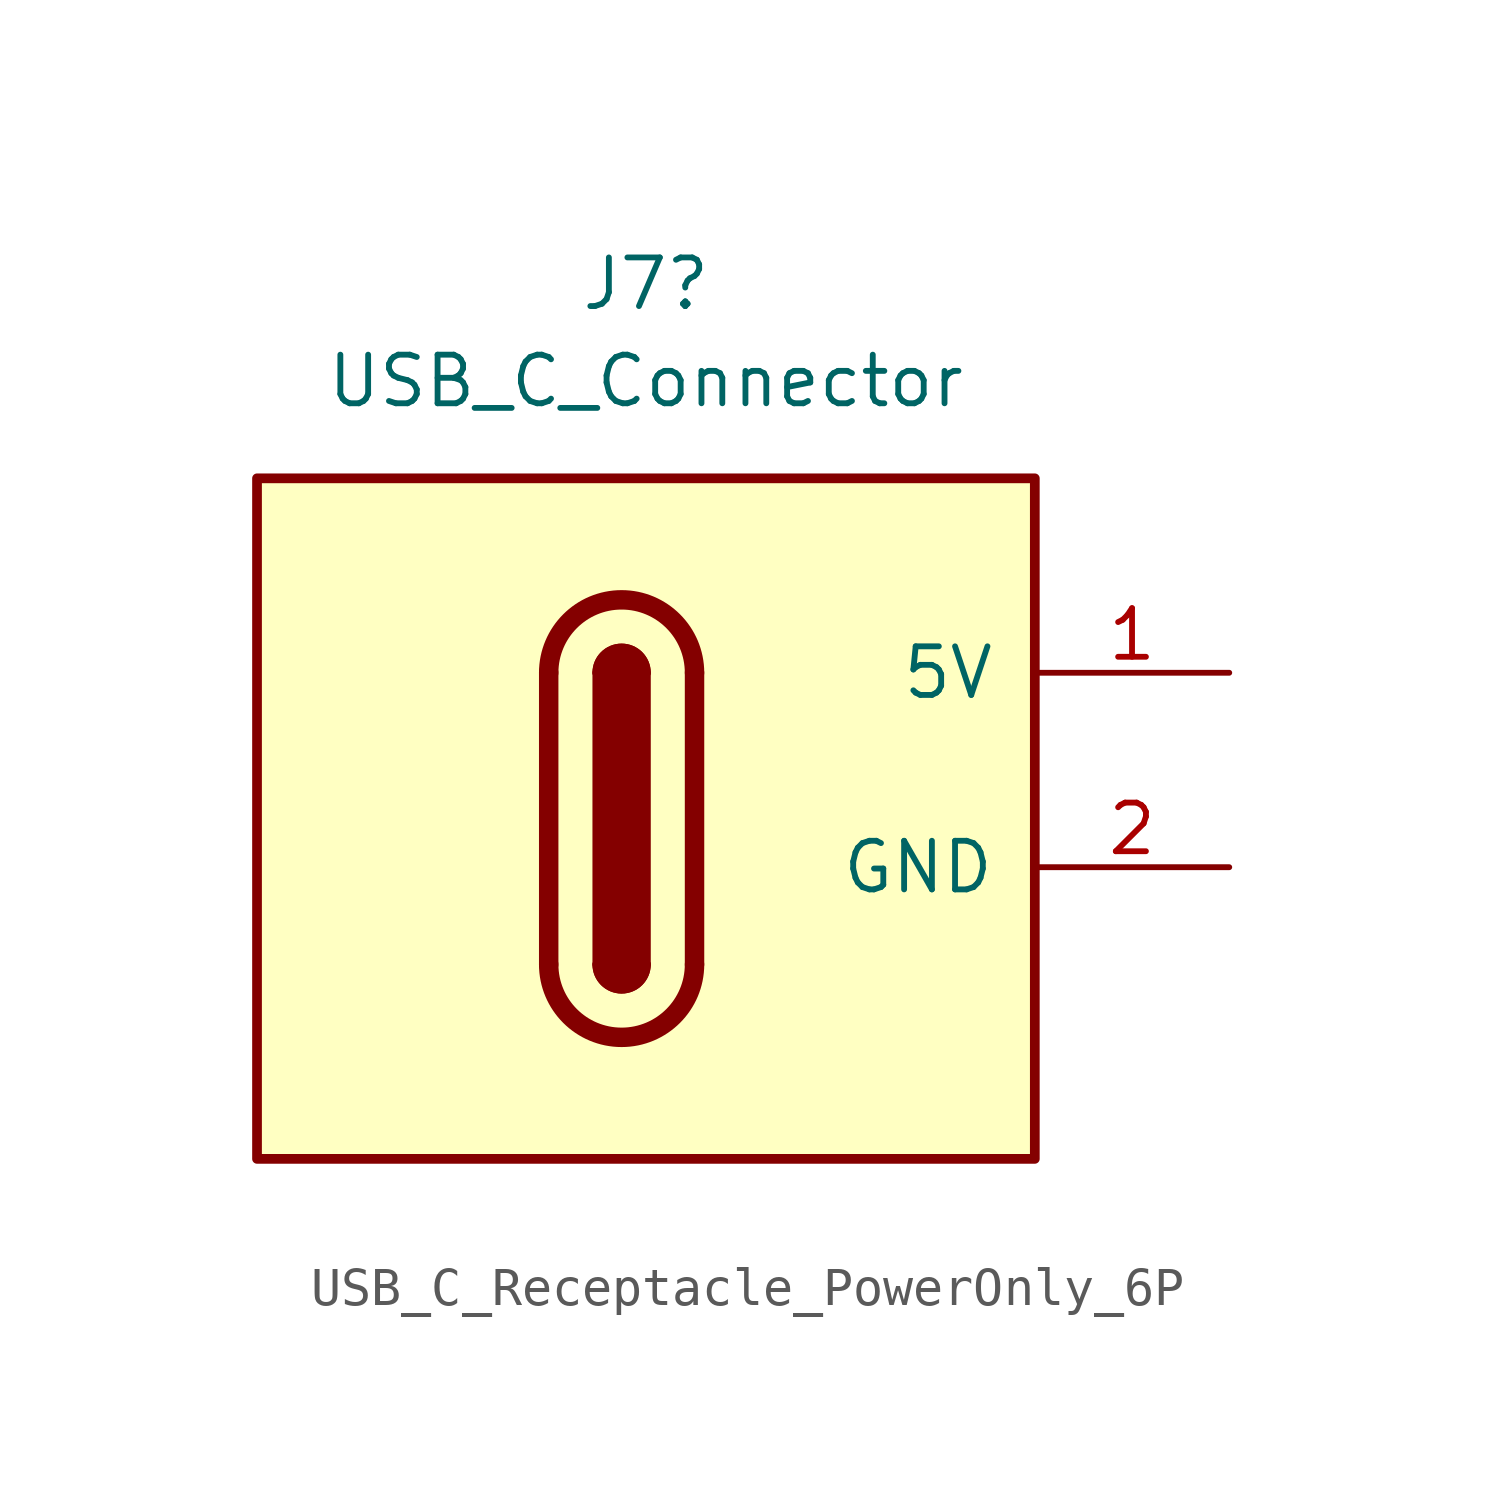
<source format=kicad_sym>
(kicad_symbol_lib
  (version 20231120)
  (generator "kicad_symbol_editor")
  (generator_version "8.0")
  (symbol "USB_C_Receptacle_PowerOnly_6P"
    (pin_names
      (offset 1.016))
    (property "Reference" "J7"
      (at 0 17.78 0)
      (effects (font (size 1.27 1.27))))
    (property "Value" "USB_C_Connector"
      (at 0 15.24 0)
      (effects (font (size 1.27 1.27))))
    (symbol "USB_C_Receptacle_PowerOnly_6P_0_1"
      (rectangle (start -10.16 12.7) (end 10.16 -5.08) (stroke (width 0.254) (type default)) (fill (type background)))
      (arc (start -2.54 0) (mid -0.635 -1.8967) (end 1.27 0) (stroke (width 0.508) (type default)) (fill (type none)))
      (arc (start -1.27 0) (mid -0.635 -0.6323) (end 0 0) (stroke (width 0.254) (type default)) (fill (type none)))
      (arc (start -1.27 0) (mid -0.635 -0.6323) (end 0 0) (stroke (width 0.254) (type default)) (fill (type outline)))
      (rectangle (start -1.27 7.62) (end 0 0) (stroke (width 0.254) (type default)) (fill (type outline)))
      (polyline (pts (xy -2.54 0) (xy -2.54 7.62)) (stroke (width 0.508) (type default)) (fill (type none)))
      (polyline (pts (xy 1.27 7.62) (xy 1.27 0)) (stroke (width 0.508) (type default)) (fill (type none)))
      (arc (start 0 7.62) (mid -0.635 8.2523) (end -1.27 7.62) (stroke (width 0.254) (type default)) (fill (type none)))
      (arc (start 0 7.62) (mid -0.635 8.2523) (end -1.27 7.62) (stroke (width 0.254) (type default)) (fill (type outline)))
      (arc (start 1.27 7.62) (mid -0.635 9.5167) (end -2.54 7.62) (stroke (width 0.508) (type default)) (fill (type none))))
    (symbol "USB_C_Receptacle_PowerOnly_6P_1_1"
      (pin passive line (at 15.24 7.62 180) (length 5.08) (name "5V" (effects (font (size 1.27 1.27)))) (number "1" (effects (font (size 1.27 1.27)))))
      (pin passive line (at 15.24 2.54 180) (length 5.08) (name "GND" (effects (font (size 1.27 1.27)))) (number "2" (effects (font (size 1.27 1.27))))))))
</source>
